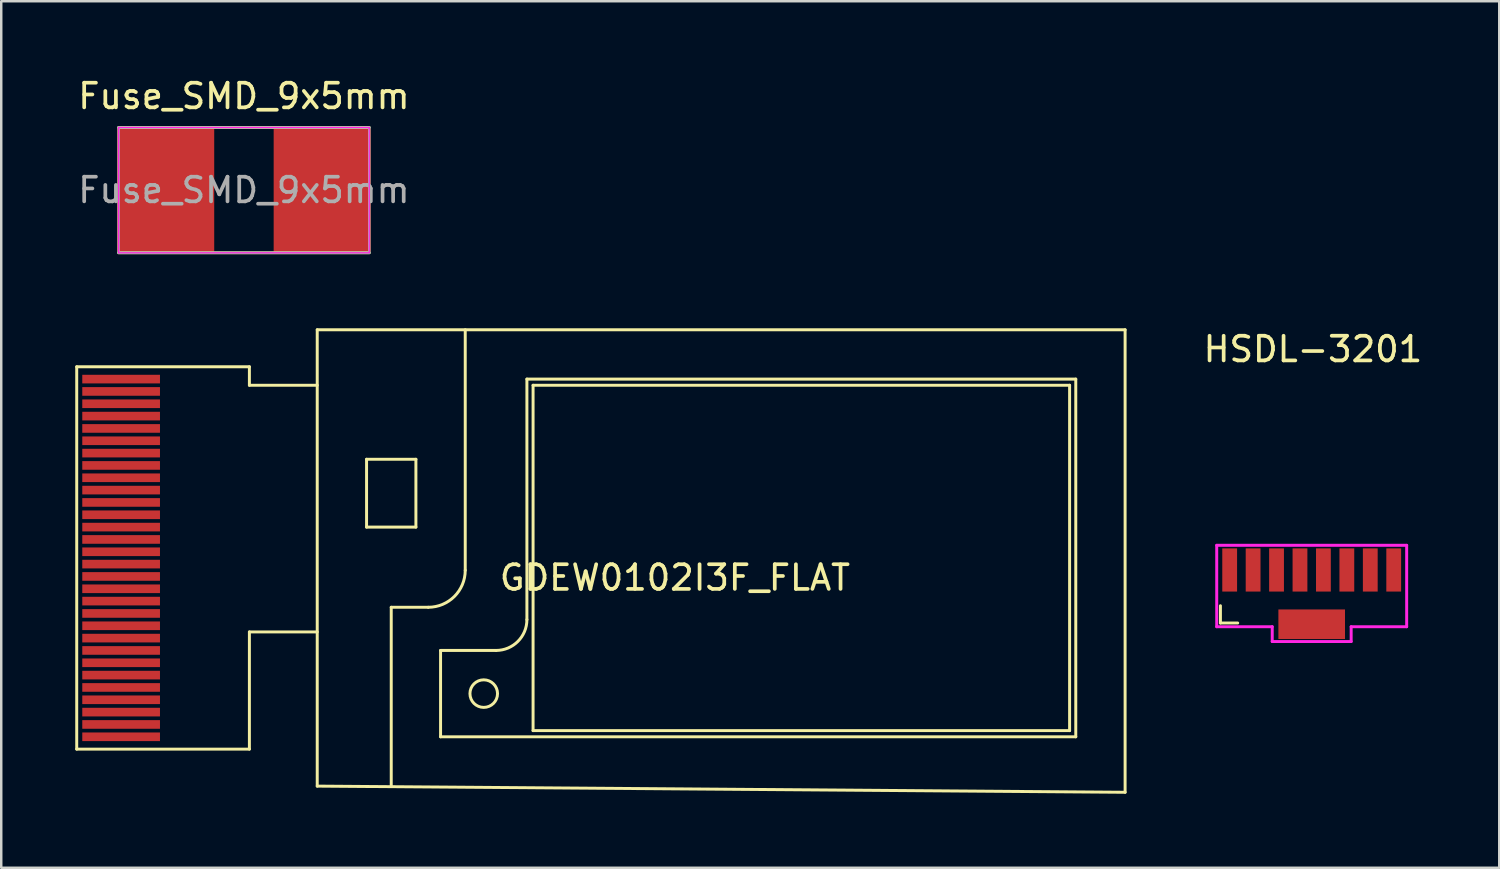
<source format=kicad_pcb>
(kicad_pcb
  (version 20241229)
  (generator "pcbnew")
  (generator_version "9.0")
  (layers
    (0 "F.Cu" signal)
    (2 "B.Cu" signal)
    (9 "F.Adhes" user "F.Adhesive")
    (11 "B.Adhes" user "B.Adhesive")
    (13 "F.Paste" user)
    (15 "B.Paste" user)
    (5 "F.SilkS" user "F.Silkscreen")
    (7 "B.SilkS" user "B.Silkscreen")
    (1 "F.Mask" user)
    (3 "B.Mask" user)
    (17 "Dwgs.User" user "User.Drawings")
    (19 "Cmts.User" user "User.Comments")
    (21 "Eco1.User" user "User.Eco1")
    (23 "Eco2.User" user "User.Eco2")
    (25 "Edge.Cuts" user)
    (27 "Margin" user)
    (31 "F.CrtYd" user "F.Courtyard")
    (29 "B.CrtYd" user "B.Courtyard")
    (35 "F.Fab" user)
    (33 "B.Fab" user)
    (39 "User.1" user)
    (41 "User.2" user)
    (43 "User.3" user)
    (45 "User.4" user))
  (footprint "Fuse_SMD_9x5mm"
    (layer "F.Cu")
    (at 6.839 4.658)
    (property "Reference" "Fuse_SMD_9x5mm" (at 0 -3.81 0) (layer "F.SilkS") (effects (font (size 1 1) (thickness 0.15))))
    (attr smd)
    (fp_line (start -5.08 -2.54) (end 5.08 -2.54) (stroke (width 0.12) (type solid)) (layer "F.SilkS"))
    (fp_line (start -5.08 2.54) (end 5.08 2.54) (stroke (width 0.12) (type solid)) (layer "F.SilkS"))
    (fp_line (start -5.08 -2.54) (end -5.08 2.54) (stroke (width 0.05) (type solid)) (layer "F.CrtYd"))
    (fp_line (start -5.08 -2.54) (end 5.08 -2.54) (stroke (width 0.05) (type solid)) (layer "F.CrtYd"))
    (fp_line (start -5.08 2.54) (end 5.08 2.54) (stroke (width 0.05) (type solid)) (layer "F.CrtYd"))
    (fp_line (start 5.08 -2.54) (end 5.08 2.54) (stroke (width 0.05) (type solid)) (layer "F.CrtYd"))
    (fp_line (start -5.08 -2.54) (end -5.08 2.54) (stroke (width 0.1) (type solid)) (layer "F.Fab"))
    (fp_line (start -5.08 -2.54) (end 5.08 -2.54) (stroke (width 0.1) (type solid)) (layer "F.Fab"))
    (fp_line (start -5.08 2.54) (end 5.08 2.54) (stroke (width 0.1) (type solid)) (layer "F.Fab"))
    (fp_line (start 5.08 -2.54) (end 5.08 2.54) (stroke (width 0.1) (type solid)) (layer "F.Fab"))
    (fp_text user "${REFERENCE}" (at 0 0 0) (layer "F.Fab") (effects (font (size 1 1) (thickness 0.15))))
    (pad "1" smd rect (at -3.175 0) (size 3.94 5) (layers "F.Cu" "F.Mask" "F.Paste"))
    (pad "2" smd rect (at 3.175 0) (size 3.94 5) (layers "F.Cu" "F.Mask" "F.Paste")))
  (footprint "HSDL-3201"
    (layer "F.Cu")
    (at 50.124 20.056)
    (property "Reference" "HSDL-3201" (at 0.05 -8.95 0) (layer "F.SilkS") (effects (font (size 1 1) (thickness 0.15))))
    (attr through_hole)
    (fp_line (start -3.7 1.45) (end -3.7 2.15) (stroke (width 0.12) (type solid)) (layer "F.SilkS"))
    (fp_line (start -3.7 2.15) (end -3 2.15) (stroke (width 0.12) (type solid)) (layer "F.SilkS"))
    (fp_line (start -3.85 -1) (end -3.85 2.3) (stroke (width 0.12) (type solid)) (layer "F.CrtYd"))
    (fp_line (start -3.85 -1) (end 3.85 -1) (stroke (width 0.12) (type solid)) (layer "F.CrtYd"))
    (fp_line (start -3.85 2.3) (end -1.6 2.3) (stroke (width 0.12) (type solid)) (layer "F.CrtYd"))
    (fp_line (start -1.6 2.3) (end -1.6 2.9) (stroke (width 0.12) (type solid)) (layer "F.CrtYd"))
    (fp_line (start -1.6 2.9) (end 1.6 2.9) (stroke (width 0.12) (type solid)) (layer "F.CrtYd"))
    (fp_line (start 1.6 2.3) (end 1.6 2.9) (stroke (width 0.12) (type solid)) (layer "F.CrtYd"))
    (fp_line (start 1.6 2.3) (end 3.85 2.3) (stroke (width 0.12) (type solid)) (layer "F.CrtYd"))
    (fp_line (start 3.85 -1) (end 3.85 2.3) (stroke (width 0.12) (type solid)) (layer "F.CrtYd"))
    (pad "0" smd rect (at 0 2.2) (size 2.7 1.2) (layers "F.Cu" "F.Mask" "F.Paste"))
    (pad "1" smd rect (at -3.325 0) (size 0.6 1.75) (layers "F.Cu" "F.Mask" "F.Paste"))
    (pad "2" smd rect (at -2.375 0) (size 0.6 1.75) (layers "F.Cu" "F.Mask" "F.Paste"))
    (pad "3" smd rect (at -1.425 0) (size 0.6 1.75) (layers "F.Cu" "F.Mask" "F.Paste"))
    (pad "4" smd rect (at -0.475 0) (size 0.6 1.75) (layers "F.Cu" "F.Mask" "F.Paste"))
    (pad "5" smd rect (at 0.475 0) (size 0.6 1.75) (layers "F.Cu" "F.Mask" "F.Paste"))
    (pad "6" smd rect (at 1.425 0) (size 0.6 1.75) (layers "F.Cu" "F.Mask" "F.Paste"))
    (pad "7" smd rect (at 2.375 0) (size 0.6 1.75) (layers "F.Cu" "F.Mask" "F.Paste"))
    (pad "8" smd rect (at 3.325 0) (size 0.6 1.75) (layers "F.Cu" "F.Mask" "F.Paste")))
  (footprint "GDEW0102I3F_FLAT"
    (layer "F.Cu")
    (at 25.06 19.568)
    (property "Reference" "GDEW0102I3F_FLAT" (at -0.75 0.8 0) (layer "F.SilkS") (effects (font (size 1 1) (thickness 0.15))))
    (attr through_hole)
    (fp_line (start -25 7.75) (end -25 -7.75) (stroke (width 0.12) (type solid)) (layer "F.SilkS"))
    (fp_line (start -25 7.75) (end -18 7.75) (stroke (width 0.12) (type solid)) (layer "F.SilkS"))
    (fp_line (start -18 -7.75) (end -25 -7.75) (stroke (width 0.12) (type solid)) (layer "F.SilkS"))
    (fp_line (start -18 -7.75) (end -18 -7) (stroke (width 0.12) (type solid)) (layer "F.SilkS"))
    (fp_line (start -18 -7) (end -15.25 -7) (stroke (width 0.12) (type solid)) (layer "F.SilkS"))
    (fp_line (start -18 3) (end -18 7.75) (stroke (width 0.12) (type solid)) (layer "F.SilkS"))
    (fp_line (start -18 3) (end -15.25 3) (stroke (width 0.12) (type solid)) (layer "F.SilkS"))
    (fp_line (start -15.25 9.25) (end -15.25 -9.25) (stroke (width 0.12) (type solid)) (layer "F.SilkS"))
    (fp_line (start -15.25 9.25) (end 17.5 9.5) (stroke (width 0.12) (type solid)) (layer "F.SilkS"))
    (fp_line (start -13.25 -4) (end -11.25 -4) (stroke (width 0.12) (type solid)) (layer "F.SilkS"))
    (fp_line (start -13.25 -1.25) (end -13.25 -4) (stroke (width 0.12) (type solid)) (layer "F.SilkS"))
    (fp_line (start -12.25 2) (end -12.25 9.25) (stroke (width 0.12) (type solid)) (layer "F.SilkS"))
    (fp_line (start -11.25 -4) (end -11.25 -1.25) (stroke (width 0.12) (type solid)) (layer "F.SilkS"))
    (fp_line (start -11.25 -1.25) (end -13.25 -1.25) (stroke (width 0.12) (type solid)) (layer "F.SilkS"))
    (fp_line (start -10.75 2) (end -12.25 2) (stroke (width 0.12) (type solid)) (layer "F.SilkS"))
    (fp_line (start -10.25 3.75) (end -8 3.75) (stroke (width 0.12) (type solid)) (layer "F.SilkS"))
    (fp_line (start -10.25 7.25) (end -10.25 3.75) (stroke (width 0.12) (type solid)) (layer "F.SilkS"))
    (fp_line (start -10.25 7.25) (end 15.5 7.25) (stroke (width 0.12) (type solid)) (layer "F.SilkS"))
    (fp_line (start -9.25 0.5) (end -9.25 -9.25) (stroke (width 0.12) (type solid)) (layer "F.SilkS"))
    (fp_line (start -6.75 -7.25) (end -6.75 2.5) (stroke (width 0.12) (type solid)) (layer "F.SilkS"))
    (fp_line (start -6.5 -7) (end 15.25 -7) (stroke (width 0.12) (type solid)) (layer "F.SilkS"))
    (fp_line (start -6.5 7) (end -6.5 -7) (stroke (width 0.12) (type solid)) (layer "F.SilkS"))
    (fp_line (start 15.25 7) (end -6.5 7) (stroke (width 0.12) (type solid)) (layer "F.SilkS"))
    (fp_line (start 15.25 7) (end 15.25 -7) (stroke (width 0.12) (type solid)) (layer "F.SilkS"))
    (fp_line (start 15.5 -7.25) (end -6.75 -7.25) (stroke (width 0.12) (type solid)) (layer "F.SilkS"))
    (fp_line (start 15.5 7.25) (end 15.5 -7.25) (stroke (width 0.12) (type solid)) (layer "F.SilkS"))
    (fp_line (start 17.5 -9.25) (end -15.25 -9.25) (stroke (width 0.12) (type solid)) (layer "F.SilkS"))
    (fp_line (start 17.5 9.5) (end 17.5 -9.25) (stroke (width 0.12) (type solid)) (layer "F.SilkS"))
    (fp_arc (start -9.25 0.5) (mid -9.68934 1.56066) (end -10.75 2) (stroke (width 0.12) (type solid)) (layer "F.SilkS"))
    (fp_arc (start -6.75 2.5) (mid -7.116117 3.383883) (end -8 3.75) (stroke (width 0.12) (type solid)) (layer "F.SilkS"))
    (fp_circle (center -8.5 5.5) (end -8.75 6) (stroke (width 0.12) (type solid)) (fill no) (layer "F.SilkS"))
    (pad "1" smd rect (at -23.2 7.25 180) (size 3.15 0.35) (layers "F.Cu" "F.Mask" "F.Paste"))
    (pad "2" smd rect (at -23.2 6.75 180) (size 3.15 0.35) (layers "F.Cu" "F.Mask" "F.Paste"))
    (pad "3" smd rect (at -23.2 6.25 180) (size 3.15 0.35) (layers "F.Cu" "F.Mask" "F.Paste"))
    (pad "4" smd rect (at -23.2 5.75 180) (size 3.15 0.35) (layers "F.Cu" "F.Mask" "F.Paste"))
    (pad "5" smd rect (at -23.2 5.25 180) (size 3.15 0.35) (layers "F.Cu" "F.Mask" "F.Paste"))
    (pad "6" smd rect (at -23.2 4.75 180) (size 3.15 0.35) (layers "F.Cu" "F.Mask" "F.Paste"))
    (pad "7" smd rect (at -23.2 4.25 180) (size 3.15 0.35) (layers "F.Cu" "F.Mask" "F.Paste"))
    (pad "8" smd rect (at -23.2 3.75 180) (size 3.15 0.35) (layers "F.Cu" "F.Mask" "F.Paste"))
    (pad "9" smd rect (at -23.2 3.25 180) (size 3.15 0.35) (layers "F.Cu" "F.Mask" "F.Paste"))
    (pad "10" smd rect (at -23.2 2.75 180) (size 3.15 0.35) (layers "F.Cu" "F.Mask" "F.Paste"))
    (pad "11" smd rect (at -23.2 2.25 180) (size 3.15 0.35) (layers "F.Cu" "F.Mask" "F.Paste"))
    (pad "12" smd rect (at -23.2 1.75 180) (size 3.15 0.35) (layers "F.Cu" "F.Mask" "F.Paste"))
    (pad "13" smd rect (at -23.2 1.25 180) (size 3.15 0.35) (layers "F.Cu" "F.Mask" "F.Paste"))
    (pad "14" smd rect (at -23.2 0.75 180) (size 3.15 0.35) (layers "F.Cu" "F.Mask" "F.Paste"))
    (pad "15" smd rect (at -23.2 0.25 180) (size 3.15 0.35) (layers "F.Cu" "F.Mask" "F.Paste"))
    (pad "16" smd rect (at -23.2 -0.25 180) (size 3.15 0.35) (layers "F.Cu" "F.Mask" "F.Paste"))
    (pad "17" smd rect (at -23.2 -0.75 180) (size 3.15 0.35) (layers "F.Cu" "F.Mask" "F.Paste"))
    (pad "18" smd rect (at -23.2 -1.25 180) (size 3.15 0.35) (layers "F.Cu" "F.Mask" "F.Paste"))
    (pad "19" smd rect (at -23.2 -1.75 180) (size 3.15 0.35) (layers "F.Cu" "F.Mask" "F.Paste"))
    (pad "20" smd rect (at -23.2 -2.25 180) (size 3.15 0.35) (layers "F.Cu" "F.Mask" "F.Paste"))
    (pad "21" smd rect (at -23.2 -2.75 180) (size 3.15 0.35) (layers "F.Cu" "F.Mask" "F.Paste"))
    (pad "22" smd rect (at -23.2 -3.25 180) (size 3.15 0.35) (layers "F.Cu" "F.Mask" "F.Paste"))
    (pad "23" smd rect (at -23.2 -3.75 180) (size 3.15 0.35) (layers "F.Cu" "F.Mask" "F.Paste"))
    (pad "24" smd rect (at -23.2 -4.25 180) (size 3.15 0.35) (layers "F.Cu" "F.Mask" "F.Paste"))
    (pad "25" smd rect (at -23.2 -4.75 180) (size 3.15 0.35) (layers "F.Cu" "F.Mask" "F.Paste"))
    (pad "26" smd rect (at -23.2 -5.25 180) (size 3.15 0.35) (layers "F.Cu" "F.Mask" "F.Paste"))
    (pad "27" smd rect (at -23.2 -5.75 180) (size 3.15 0.35) (layers "F.Cu" "F.Mask" "F.Paste"))
    (pad "28" smd rect (at -23.2 -6.25 180) (size 3.15 0.35) (layers "F.Cu" "F.Mask" "F.Paste"))
    (pad "29" smd rect (at -23.2 -6.75 180) (size 3.15 0.35) (layers "F.Cu" "F.Mask" "F.Paste"))
    (pad "30" smd rect (at -23.2 -7.25 180) (size 3.15 0.35) (layers "F.Cu" "F.Mask" "F.Paste")))
  (gr_rect
    (start -3 -3)
    (end 57.727 32.128)
    (stroke (width 0.1) (type default))
    (fill no)
    (layer "Edge.Cuts")))
</source>
